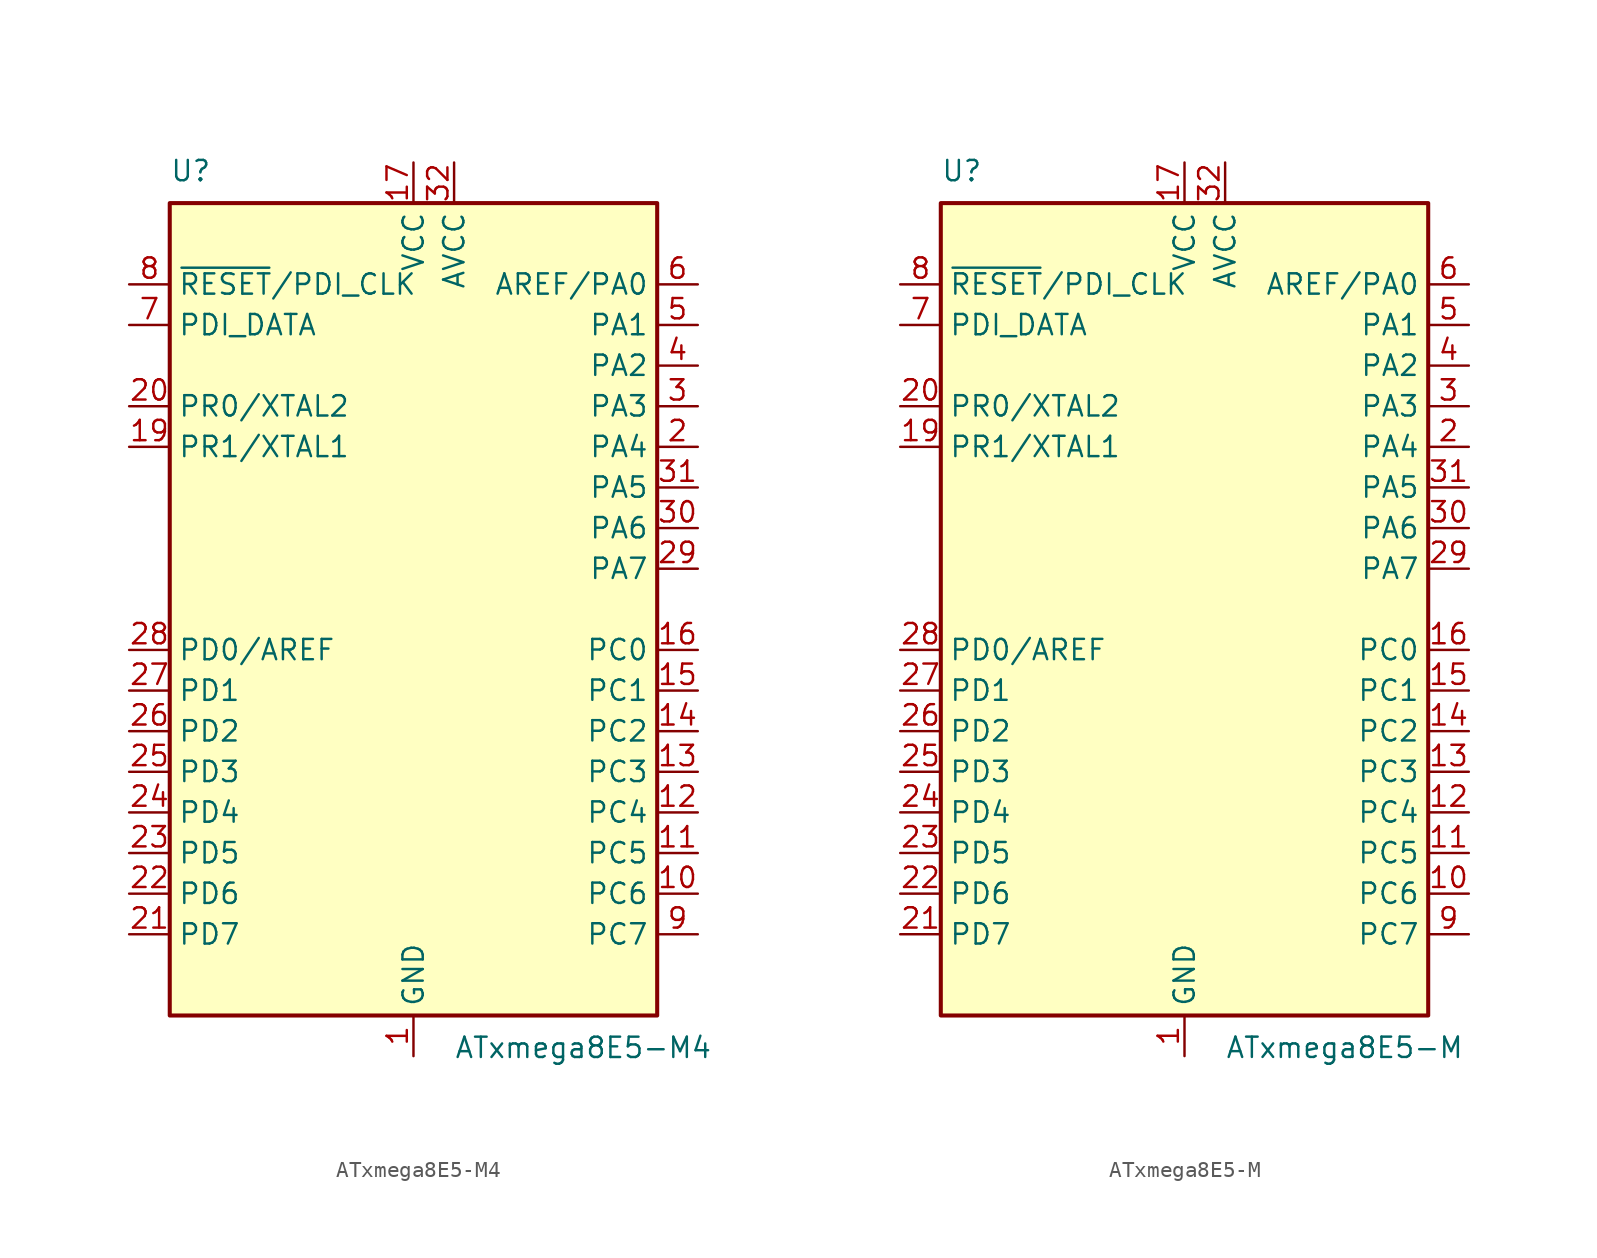
<source format=kicad_sym>
(kicad_symbol_lib
  (version 20201005)
  (generator kicad_symbol_editor)
  (symbol "MCU_Microchip_ATmega:ATxmega8E5-M4"
    (property "Reference" "U"
      (at -15.24 26.67 0)
      (effects (font (size 1.27 1.27)) (justify left bottom)))
    (property "Value" "ATxmega8E5-M4"
      (at 2.54 -26.67 0)
      (effects (font (size 1.27 1.27)) (justify left top)))
    (symbol "ATxmega8E5-M4_0_1"
      (rectangle (start -15.24 -25.4) (end 15.24 25.4) (stroke (width 0.254)) (fill (type background))))
    (symbol "ATxmega8E5-M4_1_1"
      (pin power_in line (at 0 -27.94 90) (length 2.54) (name "GND" (effects (font (size 1.27 1.27)))) (number "1" (effects (font (size 1.27 1.27)))))
      (pin bidirectional line (at 17.78 -17.78 180) (length 2.54) (name "PC6" (effects (font (size 1.27 1.27)))) (number "10" (effects (font (size 1.27 1.27)))))
      (pin bidirectional line (at 17.78 -15.24 180) (length 2.54) (name "PC5" (effects (font (size 1.27 1.27)))) (number "11" (effects (font (size 1.27 1.27)))))
      (pin bidirectional line (at 17.78 -12.7 180) (length 2.54) (name "PC4" (effects (font (size 1.27 1.27)))) (number "12" (effects (font (size 1.27 1.27)))))
      (pin bidirectional line (at 17.78 -10.16 180) (length 2.54) (name "PC3" (effects (font (size 1.27 1.27)))) (number "13" (effects (font (size 1.27 1.27)))))
      (pin bidirectional line (at 17.78 -7.62 180) (length 2.54) (name "PC2" (effects (font (size 1.27 1.27)))) (number "14" (effects (font (size 1.27 1.27)))))
      (pin bidirectional line (at 17.78 -5.08 180) (length 2.54) (name "PC1" (effects (font (size 1.27 1.27)))) (number "15" (effects (font (size 1.27 1.27)))))
      (pin bidirectional line (at 17.78 -2.54 180) (length 2.54) (name "PC0" (effects (font (size 1.27 1.27)))) (number "16" (effects (font (size 1.27 1.27)))))
      (pin power_in line (at 0 27.94 270) (length 2.54) (name "VCC" (effects (font (size 1.27 1.27)))) (number "17" (effects (font (size 1.27 1.27)))))
      (pin passive line (at 0 -27.94 90) (length 2.54) hide (name "GND" (effects (font (size 1.27 1.27)))) (number "18" (effects (font (size 1.27 1.27)))))
      (pin bidirectional line (at -17.78 10.16 0) (length 2.54) (name "PR1/XTAL1" (effects (font (size 1.27 1.27)))) (number "19" (effects (font (size 1.27 1.27)))))
      (pin bidirectional line (at 17.78 10.16 180) (length 2.54) (name "PA4" (effects (font (size 1.27 1.27)))) (number "2" (effects (font (size 1.27 1.27)))))
      (pin bidirectional line (at -17.78 12.7 0) (length 2.54) (name "PR0/XTAL2" (effects (font (size 1.27 1.27)))) (number "20" (effects (font (size 1.27 1.27)))))
      (pin bidirectional line (at -17.78 -20.32 0) (length 2.54) (name "PD7" (effects (font (size 1.27 1.27)))) (number "21" (effects (font (size 1.27 1.27)))))
      (pin bidirectional line (at -17.78 -17.78 0) (length 2.54) (name "PD6" (effects (font (size 1.27 1.27)))) (number "22" (effects (font (size 1.27 1.27)))))
      (pin bidirectional line (at -17.78 -15.24 0) (length 2.54) (name "PD5" (effects (font (size 1.27 1.27)))) (number "23" (effects (font (size 1.27 1.27)))))
      (pin bidirectional line (at -17.78 -12.7 0) (length 2.54) (name "PD4" (effects (font (size 1.27 1.27)))) (number "24" (effects (font (size 1.27 1.27)))))
      (pin bidirectional line (at -17.78 -10.16 0) (length 2.54) (name "PD3" (effects (font (size 1.27 1.27)))) (number "25" (effects (font (size 1.27 1.27)))))
      (pin bidirectional line (at -17.78 -7.62 0) (length 2.54) (name "PD2" (effects (font (size 1.27 1.27)))) (number "26" (effects (font (size 1.27 1.27)))))
      (pin bidirectional line (at -17.78 -5.08 0) (length 2.54) (name "PD1" (effects (font (size 1.27 1.27)))) (number "27" (effects (font (size 1.27 1.27)))))
      (pin bidirectional line (at -17.78 -2.54 0) (length 2.54) (name "PD0/AREF" (effects (font (size 1.27 1.27)))) (number "28" (effects (font (size 1.27 1.27)))))
      (pin bidirectional line (at 17.78 2.54 180) (length 2.54) (name "PA7" (effects (font (size 1.27 1.27)))) (number "29" (effects (font (size 1.27 1.27)))))
      (pin bidirectional line (at 17.78 12.7 180) (length 2.54) (name "PA3" (effects (font (size 1.27 1.27)))) (number "3" (effects (font (size 1.27 1.27)))))
      (pin bidirectional line (at 17.78 5.08 180) (length 2.54) (name "PA6" (effects (font (size 1.27 1.27)))) (number "30" (effects (font (size 1.27 1.27)))))
      (pin bidirectional line (at 17.78 7.62 180) (length 2.54) (name "PA5" (effects (font (size 1.27 1.27)))) (number "31" (effects (font (size 1.27 1.27)))))
      (pin power_in line (at 2.54 27.94 270) (length 2.54) (name "AVCC" (effects (font (size 1.27 1.27)))) (number "32" (effects (font (size 1.27 1.27)))))
      (pin passive line (at 0 -27.94 90) (length 2.54) hide (name "GND" (effects (font (size 1.27 1.27)))) (number "33" (effects (font (size 1.27 1.27)))))
      (pin bidirectional line (at 17.78 15.24 180) (length 2.54) (name "PA2" (effects (font (size 1.27 1.27)))) (number "4" (effects (font (size 1.27 1.27)))))
      (pin bidirectional line (at 17.78 17.78 180) (length 2.54) (name "PA1" (effects (font (size 1.27 1.27)))) (number "5" (effects (font (size 1.27 1.27)))))
      (pin bidirectional line (at 17.78 20.32 180) (length 2.54) (name "AREF/PA0" (effects (font (size 1.27 1.27)))) (number "6" (effects (font (size 1.27 1.27)))))
      (pin bidirectional line (at -17.78 17.78 0) (length 2.54) (name "PDI_DATA" (effects (font (size 1.27 1.27)))) (number "7" (effects (font (size 1.27 1.27)))))
      (pin input line (at -17.78 20.32 0) (length 2.54) (name "~RESET~/PDI_CLK" (effects (font (size 1.27 1.27)))) (number "8" (effects (font (size 1.27 1.27)))))
      (pin bidirectional line (at 17.78 -20.32 180) (length 2.54) (name "PC7" (effects (font (size 1.27 1.27)))) (number "9" (effects (font (size 1.27 1.27)))))))
  (symbol "MCU_Microchip_ATmega:ATxmega8E5-M"
    (property "Reference" "U"
      (at -15.24 26.67 0)
      (effects (font (size 1.27 1.27)) (justify left bottom)))
    (property "Value" "ATxmega8E5-M"
      (at 2.54 -26.67 0)
      (effects (font (size 1.27 1.27)) (justify left top)))
    (symbol "ATxmega8E5-M_0_1"
      (rectangle (start -15.24 -25.4) (end 15.24 25.4) (stroke (width 0.254)) (fill (type background))))
    (symbol "ATxmega8E5-M_1_1"
      (pin power_in line (at 0 -27.94 90) (length 2.54) (name "GND" (effects (font (size 1.27 1.27)))) (number "1" (effects (font (size 1.27 1.27)))))
      (pin bidirectional line (at 17.78 -17.78 180) (length 2.54) (name "PC6" (effects (font (size 1.27 1.27)))) (number "10" (effects (font (size 1.27 1.27)))))
      (pin bidirectional line (at 17.78 -15.24 180) (length 2.54) (name "PC5" (effects (font (size 1.27 1.27)))) (number "11" (effects (font (size 1.27 1.27)))))
      (pin bidirectional line (at 17.78 -12.7 180) (length 2.54) (name "PC4" (effects (font (size 1.27 1.27)))) (number "12" (effects (font (size 1.27 1.27)))))
      (pin bidirectional line (at 17.78 -10.16 180) (length 2.54) (name "PC3" (effects (font (size 1.27 1.27)))) (number "13" (effects (font (size 1.27 1.27)))))
      (pin bidirectional line (at 17.78 -7.62 180) (length 2.54) (name "PC2" (effects (font (size 1.27 1.27)))) (number "14" (effects (font (size 1.27 1.27)))))
      (pin bidirectional line (at 17.78 -5.08 180) (length 2.54) (name "PC1" (effects (font (size 1.27 1.27)))) (number "15" (effects (font (size 1.27 1.27)))))
      (pin bidirectional line (at 17.78 -2.54 180) (length 2.54) (name "PC0" (effects (font (size 1.27 1.27)))) (number "16" (effects (font (size 1.27 1.27)))))
      (pin power_in line (at 0 27.94 270) (length 2.54) (name "VCC" (effects (font (size 1.27 1.27)))) (number "17" (effects (font (size 1.27 1.27)))))
      (pin passive line (at 0 -27.94 90) (length 2.54) hide (name "GND" (effects (font (size 1.27 1.27)))) (number "18" (effects (font (size 1.27 1.27)))))
      (pin bidirectional line (at -17.78 10.16 0) (length 2.54) (name "PR1/XTAL1" (effects (font (size 1.27 1.27)))) (number "19" (effects (font (size 1.27 1.27)))))
      (pin bidirectional line (at 17.78 10.16 180) (length 2.54) (name "PA4" (effects (font (size 1.27 1.27)))) (number "2" (effects (font (size 1.27 1.27)))))
      (pin bidirectional line (at -17.78 12.7 0) (length 2.54) (name "PR0/XTAL2" (effects (font (size 1.27 1.27)))) (number "20" (effects (font (size 1.27 1.27)))))
      (pin bidirectional line (at -17.78 -20.32 0) (length 2.54) (name "PD7" (effects (font (size 1.27 1.27)))) (number "21" (effects (font (size 1.27 1.27)))))
      (pin bidirectional line (at -17.78 -17.78 0) (length 2.54) (name "PD6" (effects (font (size 1.27 1.27)))) (number "22" (effects (font (size 1.27 1.27)))))
      (pin bidirectional line (at -17.78 -15.24 0) (length 2.54) (name "PD5" (effects (font (size 1.27 1.27)))) (number "23" (effects (font (size 1.27 1.27)))))
      (pin bidirectional line (at -17.78 -12.7 0) (length 2.54) (name "PD4" (effects (font (size 1.27 1.27)))) (number "24" (effects (font (size 1.27 1.27)))))
      (pin bidirectional line (at -17.78 -10.16 0) (length 2.54) (name "PD3" (effects (font (size 1.27 1.27)))) (number "25" (effects (font (size 1.27 1.27)))))
      (pin bidirectional line (at -17.78 -7.62 0) (length 2.54) (name "PD2" (effects (font (size 1.27 1.27)))) (number "26" (effects (font (size 1.27 1.27)))))
      (pin bidirectional line (at -17.78 -5.08 0) (length 2.54) (name "PD1" (effects (font (size 1.27 1.27)))) (number "27" (effects (font (size 1.27 1.27)))))
      (pin bidirectional line (at -17.78 -2.54 0) (length 2.54) (name "PD0/AREF" (effects (font (size 1.27 1.27)))) (number "28" (effects (font (size 1.27 1.27)))))
      (pin bidirectional line (at 17.78 2.54 180) (length 2.54) (name "PA7" (effects (font (size 1.27 1.27)))) (number "29" (effects (font (size 1.27 1.27)))))
      (pin bidirectional line (at 17.78 12.7 180) (length 2.54) (name "PA3" (effects (font (size 1.27 1.27)))) (number "3" (effects (font (size 1.27 1.27)))))
      (pin bidirectional line (at 17.78 5.08 180) (length 2.54) (name "PA6" (effects (font (size 1.27 1.27)))) (number "30" (effects (font (size 1.27 1.27)))))
      (pin bidirectional line (at 17.78 7.62 180) (length 2.54) (name "PA5" (effects (font (size 1.27 1.27)))) (number "31" (effects (font (size 1.27 1.27)))))
      (pin power_in line (at 2.54 27.94 270) (length 2.54) (name "AVCC" (effects (font (size 1.27 1.27)))) (number "32" (effects (font (size 1.27 1.27)))))
      (pin passive line (at 0 -27.94 90) (length 2.54) hide (name "GND" (effects (font (size 1.27 1.27)))) (number "33" (effects (font (size 1.27 1.27)))))
      (pin bidirectional line (at 17.78 15.24 180) (length 2.54) (name "PA2" (effects (font (size 1.27 1.27)))) (number "4" (effects (font (size 1.27 1.27)))))
      (pin bidirectional line (at 17.78 17.78 180) (length 2.54) (name "PA1" (effects (font (size 1.27 1.27)))) (number "5" (effects (font (size 1.27 1.27)))))
      (pin bidirectional line (at 17.78 20.32 180) (length 2.54) (name "AREF/PA0" (effects (font (size 1.27 1.27)))) (number "6" (effects (font (size 1.27 1.27)))))
      (pin bidirectional line (at -17.78 17.78 0) (length 2.54) (name "PDI_DATA" (effects (font (size 1.27 1.27)))) (number "7" (effects (font (size 1.27 1.27)))))
      (pin input line (at -17.78 20.32 0) (length 2.54) (name "~RESET~/PDI_CLK" (effects (font (size 1.27 1.27)))) (number "8" (effects (font (size 1.27 1.27)))))
      (pin bidirectional line (at 17.78 -20.32 180) (length 2.54) (name "PC7" (effects (font (size 1.27 1.27)))) (number "9" (effects (font (size 1.27 1.27))))))))
</source>
